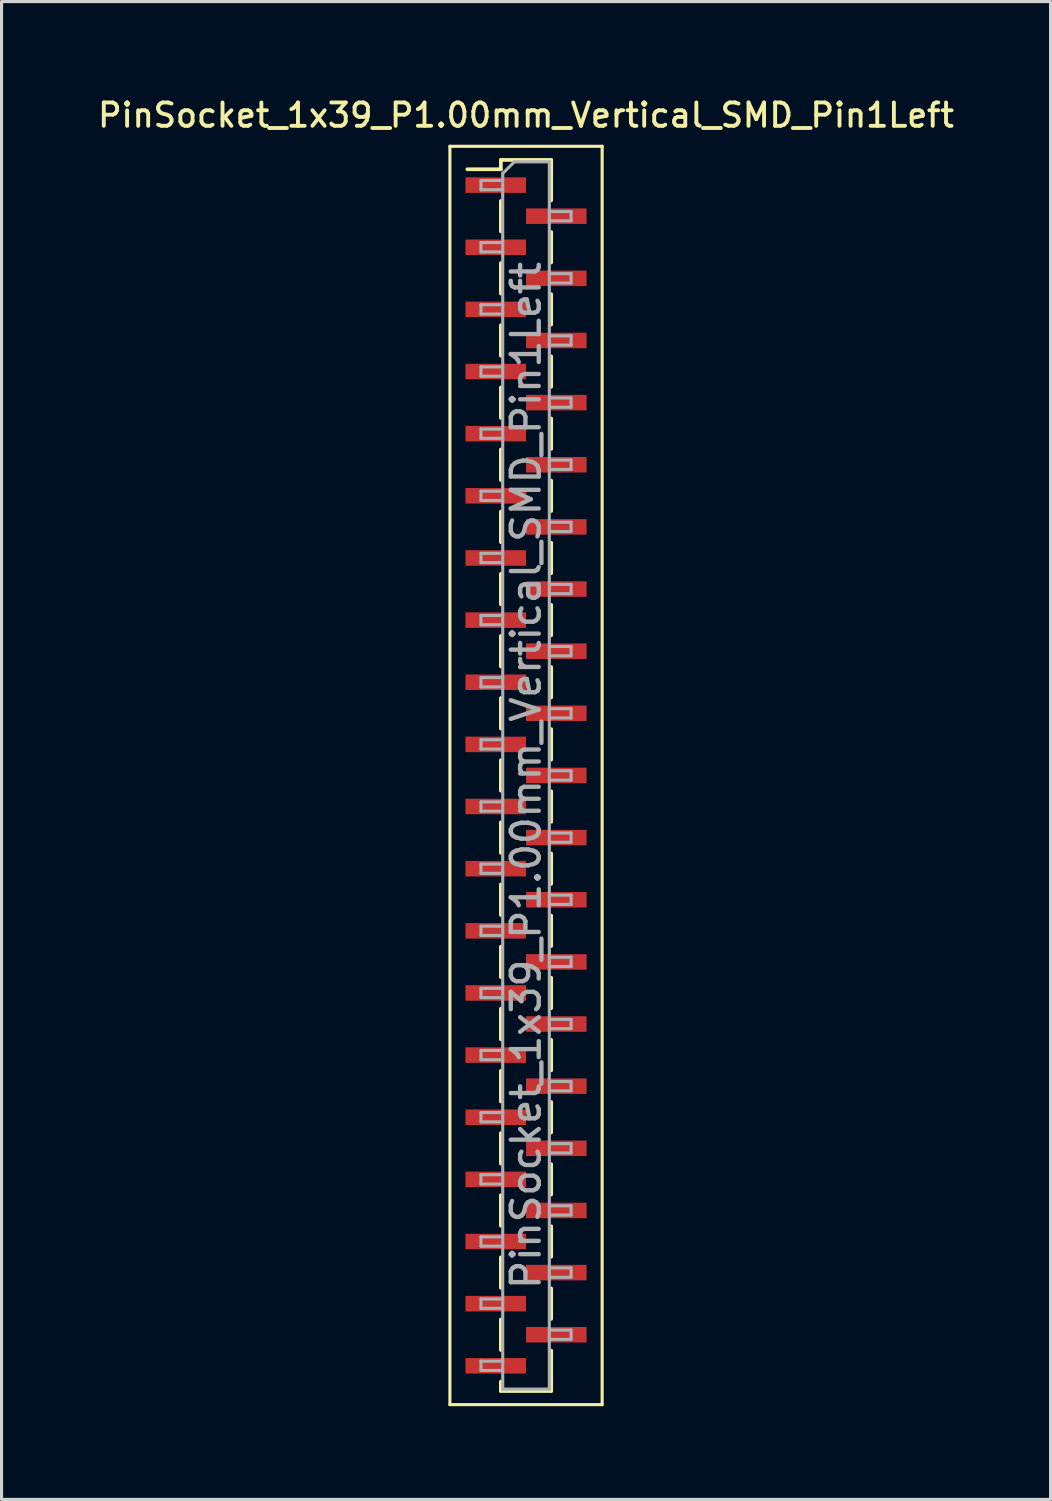
<source format=kicad_pcb>
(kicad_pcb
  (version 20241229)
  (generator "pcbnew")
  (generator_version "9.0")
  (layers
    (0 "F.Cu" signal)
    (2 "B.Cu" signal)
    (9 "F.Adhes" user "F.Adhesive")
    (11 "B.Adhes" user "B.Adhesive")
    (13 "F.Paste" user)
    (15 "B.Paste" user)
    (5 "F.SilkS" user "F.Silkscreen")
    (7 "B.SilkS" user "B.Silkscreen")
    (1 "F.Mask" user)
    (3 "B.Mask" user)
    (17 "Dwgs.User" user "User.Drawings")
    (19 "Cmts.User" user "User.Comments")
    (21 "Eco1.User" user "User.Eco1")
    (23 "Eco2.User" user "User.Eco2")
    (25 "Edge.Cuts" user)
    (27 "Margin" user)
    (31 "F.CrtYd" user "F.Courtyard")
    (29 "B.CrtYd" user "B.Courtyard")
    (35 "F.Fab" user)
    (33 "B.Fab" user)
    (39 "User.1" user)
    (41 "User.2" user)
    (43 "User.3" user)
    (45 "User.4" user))
  (footprint "PinSocket_1x39_P1.00mm_Vertical_SMD_Pin1Left"
    (layer "F.Cu")
    (at 13.88 21.908)
    (property "Reference" "PinSocket_1x39_P1.00mm_Vertical_SMD_Pin1Left" (at 0 -21.25 0) (layer "F.SilkS") (effects (font (size 0.75 0.75) (thickness 0.125))))
    (attr smd)
    (fp_line (start -2.45 -20.25) (end 2.45 -20.25) (stroke (width 0.1) (type solid)) (layer "F.SilkS"))
    (fp_line (start -2.45 20.25) (end -2.45 -20.25) (stroke (width 0.1) (type solid)) (layer "F.SilkS"))
    (fp_line (start -1.89 -19.51) (end -0.81 -19.51) (stroke (width 0.12) (type solid)) (layer "F.SilkS"))
    (fp_line (start -0.81 -19.81) (end -0.81 -19.51) (stroke (width 0.12) (type solid)) (layer "F.SilkS"))
    (fp_line (start -0.81 -19.81) (end 0.81 -19.81) (stroke (width 0.12) (type solid)) (layer "F.SilkS"))
    (fp_line (start -0.81 -18.49) (end -0.81 -17.51) (stroke (width 0.12) (type solid)) (layer "F.SilkS"))
    (fp_line (start -0.81 -16.49) (end -0.81 -15.51) (stroke (width 0.12) (type solid)) (layer "F.SilkS"))
    (fp_line (start -0.81 -14.49) (end -0.81 -13.51) (stroke (width 0.12) (type solid)) (layer "F.SilkS"))
    (fp_line (start -0.81 -12.49) (end -0.81 -11.51) (stroke (width 0.12) (type solid)) (layer "F.SilkS"))
    (fp_line (start -0.81 -10.49) (end -0.81 -9.51) (stroke (width 0.12) (type solid)) (layer "F.SilkS"))
    (fp_line (start -0.81 -8.49) (end -0.81 -7.51) (stroke (width 0.12) (type solid)) (layer "F.SilkS"))
    (fp_line (start -0.81 -6.49) (end -0.81 -5.51) (stroke (width 0.12) (type solid)) (layer "F.SilkS"))
    (fp_line (start -0.81 -4.49) (end -0.81 -3.51) (stroke (width 0.12) (type solid)) (layer "F.SilkS"))
    (fp_line (start -0.81 -2.49) (end -0.81 -1.51) (stroke (width 0.12) (type solid)) (layer "F.SilkS"))
    (fp_line (start -0.81 -0.49) (end -0.81 0.49) (stroke (width 0.12) (type solid)) (layer "F.SilkS"))
    (fp_line (start -0.81 1.51) (end -0.81 2.49) (stroke (width 0.12) (type solid)) (layer "F.SilkS"))
    (fp_line (start -0.81 3.51) (end -0.81 4.49) (stroke (width 0.12) (type solid)) (layer "F.SilkS"))
    (fp_line (start -0.81 5.51) (end -0.81 6.49) (stroke (width 0.12) (type solid)) (layer "F.SilkS"))
    (fp_line (start -0.81 7.51) (end -0.81 8.49) (stroke (width 0.12) (type solid)) (layer "F.SilkS"))
    (fp_line (start -0.81 9.51) (end -0.81 10.49) (stroke (width 0.12) (type solid)) (layer "F.SilkS"))
    (fp_line (start -0.81 11.51) (end -0.81 12.49) (stroke (width 0.12) (type solid)) (layer "F.SilkS"))
    (fp_line (start -0.81 13.51) (end -0.81 14.49) (stroke (width 0.12) (type solid)) (layer "F.SilkS"))
    (fp_line (start -0.81 15.51) (end -0.81 16.49) (stroke (width 0.12) (type solid)) (layer "F.SilkS"))
    (fp_line (start -0.81 17.51) (end -0.81 18.49) (stroke (width 0.12) (type solid)) (layer "F.SilkS"))
    (fp_line (start -0.81 19.51) (end -0.81 19.81) (stroke (width 0.12) (type solid)) (layer "F.SilkS"))
    (fp_line (start -0.81 19.81) (end 0.81 19.81) (stroke (width 0.12) (type solid)) (layer "F.SilkS"))
    (fp_line (start 0.81 -19.81) (end 0.81 -18.51) (stroke (width 0.12) (type solid)) (layer "F.SilkS"))
    (fp_line (start 0.81 -17.49) (end 0.81 -16.51) (stroke (width 0.12) (type solid)) (layer "F.SilkS"))
    (fp_line (start 0.81 -15.49) (end 0.81 -14.51) (stroke (width 0.12) (type solid)) (layer "F.SilkS"))
    (fp_line (start 0.81 -13.49) (end 0.81 -12.51) (stroke (width 0.12) (type solid)) (layer "F.SilkS"))
    (fp_line (start 0.81 -11.49) (end 0.81 -10.51) (stroke (width 0.12) (type solid)) (layer "F.SilkS"))
    (fp_line (start 0.81 -9.49) (end 0.81 -8.51) (stroke (width 0.12) (type solid)) (layer "F.SilkS"))
    (fp_line (start 0.81 -7.49) (end 0.81 -6.51) (stroke (width 0.12) (type solid)) (layer "F.SilkS"))
    (fp_line (start 0.81 -5.49) (end 0.81 -4.51) (stroke (width 0.12) (type solid)) (layer "F.SilkS"))
    (fp_line (start 0.81 -3.49) (end 0.81 -2.51) (stroke (width 0.12) (type solid)) (layer "F.SilkS"))
    (fp_line (start 0.81 -1.49) (end 0.81 -0.51) (stroke (width 0.12) (type solid)) (layer "F.SilkS"))
    (fp_line (start 0.81 0.51) (end 0.81 1.49) (stroke (width 0.12) (type solid)) (layer "F.SilkS"))
    (fp_line (start 0.81 2.51) (end 0.81 3.49) (stroke (width 0.12) (type solid)) (layer "F.SilkS"))
    (fp_line (start 0.81 4.51) (end 0.81 5.49) (stroke (width 0.12) (type solid)) (layer "F.SilkS"))
    (fp_line (start 0.81 6.51) (end 0.81 7.49) (stroke (width 0.12) (type solid)) (layer "F.SilkS"))
    (fp_line (start 0.81 8.51) (end 0.81 9.49) (stroke (width 0.12) (type solid)) (layer "F.SilkS"))
    (fp_line (start 0.81 10.51) (end 0.81 11.49) (stroke (width 0.12) (type solid)) (layer "F.SilkS"))
    (fp_line (start 0.81 12.51) (end 0.81 13.49) (stroke (width 0.12) (type solid)) (layer "F.SilkS"))
    (fp_line (start 0.81 14.51) (end 0.81 15.49) (stroke (width 0.12) (type solid)) (layer "F.SilkS"))
    (fp_line (start 0.81 16.51) (end 0.81 17.49) (stroke (width 0.12) (type solid)) (layer "F.SilkS"))
    (fp_line (start 0.81 18.51) (end 0.81 19.81) (stroke (width 0.12) (type solid)) (layer "F.SilkS"))
    (fp_line (start 2.45 -20.25) (end 2.45 20.25) (stroke (width 0.1) (type solid)) (layer "F.SilkS"))
    (fp_line (start 2.45 20.25) (end -2.45 20.25) (stroke (width 0.1) (type solid)) (layer "F.SilkS"))
    (fp_line (start -1.45 -19.15) (end -0.75 -19.15) (stroke (width 0.1) (type solid)) (layer "F.Fab"))
    (fp_line (start -1.45 -18.85) (end -1.45 -19.15) (stroke (width 0.1) (type solid)) (layer "F.Fab"))
    (fp_line (start -1.45 -17.15) (end -0.75 -17.15) (stroke (width 0.1) (type solid)) (layer "F.Fab"))
    (fp_line (start -1.45 -16.85) (end -1.45 -17.15) (stroke (width 0.1) (type solid)) (layer "F.Fab"))
    (fp_line (start -1.45 -15.15) (end -0.75 -15.15) (stroke (width 0.1) (type solid)) (layer "F.Fab"))
    (fp_line (start -1.45 -14.85) (end -1.45 -15.15) (stroke (width 0.1) (type solid)) (layer "F.Fab"))
    (fp_line (start -1.45 -13.15) (end -0.75 -13.15) (stroke (width 0.1) (type solid)) (layer "F.Fab"))
    (fp_line (start -1.45 -12.85) (end -1.45 -13.15) (stroke (width 0.1) (type solid)) (layer "F.Fab"))
    (fp_line (start -1.45 -11.15) (end -0.75 -11.15) (stroke (width 0.1) (type solid)) (layer "F.Fab"))
    (fp_line (start -1.45 -10.85) (end -1.45 -11.15) (stroke (width 0.1) (type solid)) (layer "F.Fab"))
    (fp_line (start -1.45 -9.15) (end -0.75 -9.15) (stroke (width 0.1) (type solid)) (layer "F.Fab"))
    (fp_line (start -1.45 -8.85) (end -1.45 -9.15) (stroke (width 0.1) (type solid)) (layer "F.Fab"))
    (fp_line (start -1.45 -7.15) (end -0.75 -7.15) (stroke (width 0.1) (type solid)) (layer "F.Fab"))
    (fp_line (start -1.45 -6.85) (end -1.45 -7.15) (stroke (width 0.1) (type solid)) (layer "F.Fab"))
    (fp_line (start -1.45 -5.15) (end -0.75 -5.15) (stroke (width 0.1) (type solid)) (layer "F.Fab"))
    (fp_line (start -1.45 -4.85) (end -1.45 -5.15) (stroke (width 0.1) (type solid)) (layer "F.Fab"))
    (fp_line (start -1.45 -3.15) (end -0.75 -3.15) (stroke (width 0.1) (type solid)) (layer "F.Fab"))
    (fp_line (start -1.45 -2.85) (end -1.45 -3.15) (stroke (width 0.1) (type solid)) (layer "F.Fab"))
    (fp_line (start -1.45 -1.15) (end -0.75 -1.15) (stroke (width 0.1) (type solid)) (layer "F.Fab"))
    (fp_line (start -1.45 -0.85) (end -1.45 -1.15) (stroke (width 0.1) (type solid)) (layer "F.Fab"))
    (fp_line (start -1.45 0.85) (end -0.75 0.85) (stroke (width 0.1) (type solid)) (layer "F.Fab"))
    (fp_line (start -1.45 1.15) (end -1.45 0.85) (stroke (width 0.1) (type solid)) (layer "F.Fab"))
    (fp_line (start -1.45 2.85) (end -0.75 2.85) (stroke (width 0.1) (type solid)) (layer "F.Fab"))
    (fp_line (start -1.45 3.15) (end -1.45 2.85) (stroke (width 0.1) (type solid)) (layer "F.Fab"))
    (fp_line (start -1.45 4.85) (end -0.75 4.85) (stroke (width 0.1) (type solid)) (layer "F.Fab"))
    (fp_line (start -1.45 5.15) (end -1.45 4.85) (stroke (width 0.1) (type solid)) (layer "F.Fab"))
    (fp_line (start -1.45 6.85) (end -0.75 6.85) (stroke (width 0.1) (type solid)) (layer "F.Fab"))
    (fp_line (start -1.45 7.15) (end -1.45 6.85) (stroke (width 0.1) (type solid)) (layer "F.Fab"))
    (fp_line (start -1.45 8.85) (end -0.75 8.85) (stroke (width 0.1) (type solid)) (layer "F.Fab"))
    (fp_line (start -1.45 9.15) (end -1.45 8.85) (stroke (width 0.1) (type solid)) (layer "F.Fab"))
    (fp_line (start -1.45 10.85) (end -0.75 10.85) (stroke (width 0.1) (type solid)) (layer "F.Fab"))
    (fp_line (start -1.45 11.15) (end -1.45 10.85) (stroke (width 0.1) (type solid)) (layer "F.Fab"))
    (fp_line (start -1.45 12.85) (end -0.75 12.85) (stroke (width 0.1) (type solid)) (layer "F.Fab"))
    (fp_line (start -1.45 13.15) (end -1.45 12.85) (stroke (width 0.1) (type solid)) (layer "F.Fab"))
    (fp_line (start -1.45 14.85) (end -0.75 14.85) (stroke (width 0.1) (type solid)) (layer "F.Fab"))
    (fp_line (start -1.45 15.15) (end -1.45 14.85) (stroke (width 0.1) (type solid)) (layer "F.Fab"))
    (fp_line (start -1.45 16.85) (end -0.75 16.85) (stroke (width 0.1) (type solid)) (layer "F.Fab"))
    (fp_line (start -1.45 17.15) (end -1.45 16.85) (stroke (width 0.1) (type solid)) (layer "F.Fab"))
    (fp_line (start -1.45 18.85) (end -0.75 18.85) (stroke (width 0.1) (type solid)) (layer "F.Fab"))
    (fp_line (start -1.45 19.15) (end -1.45 18.85) (stroke (width 0.1) (type solid)) (layer "F.Fab"))
    (fp_line (start -0.75 -19.375) (end -0.375 -19.75) (stroke (width 0.1) (type solid)) (layer "F.Fab"))
    (fp_line (start -0.75 -18.85) (end -1.45 -18.85) (stroke (width 0.1) (type solid)) (layer "F.Fab"))
    (fp_line (start -0.75 -16.85) (end -1.45 -16.85) (stroke (width 0.1) (type solid)) (layer "F.Fab"))
    (fp_line (start -0.75 -14.85) (end -1.45 -14.85) (stroke (width 0.1) (type solid)) (layer "F.Fab"))
    (fp_line (start -0.75 -12.85) (end -1.45 -12.85) (stroke (width 0.1) (type solid)) (layer "F.Fab"))
    (fp_line (start -0.75 -10.85) (end -1.45 -10.85) (stroke (width 0.1) (type solid)) (layer "F.Fab"))
    (fp_line (start -0.75 -8.85) (end -1.45 -8.85) (stroke (width 0.1) (type solid)) (layer "F.Fab"))
    (fp_line (start -0.75 -6.85) (end -1.45 -6.85) (stroke (width 0.1) (type solid)) (layer "F.Fab"))
    (fp_line (start -0.75 -4.85) (end -1.45 -4.85) (stroke (width 0.1) (type solid)) (layer "F.Fab"))
    (fp_line (start -0.75 -2.85) (end -1.45 -2.85) (stroke (width 0.1) (type solid)) (layer "F.Fab"))
    (fp_line (start -0.75 -0.85) (end -1.45 -0.85) (stroke (width 0.1) (type solid)) (layer "F.Fab"))
    (fp_line (start -0.75 1.15) (end -1.45 1.15) (stroke (width 0.1) (type solid)) (layer "F.Fab"))
    (fp_line (start -0.75 3.15) (end -1.45 3.15) (stroke (width 0.1) (type solid)) (layer "F.Fab"))
    (fp_line (start -0.75 5.15) (end -1.45 5.15) (stroke (width 0.1) (type solid)) (layer "F.Fab"))
    (fp_line (start -0.75 7.15) (end -1.45 7.15) (stroke (width 0.1) (type solid)) (layer "F.Fab"))
    (fp_line (start -0.75 9.15) (end -1.45 9.15) (stroke (width 0.1) (type solid)) (layer "F.Fab"))
    (fp_line (start -0.75 11.15) (end -1.45 11.15) (stroke (width 0.1) (type solid)) (layer "F.Fab"))
    (fp_line (start -0.75 13.15) (end -1.45 13.15) (stroke (width 0.1) (type solid)) (layer "F.Fab"))
    (fp_line (start -0.75 15.15) (end -1.45 15.15) (stroke (width 0.1) (type solid)) (layer "F.Fab"))
    (fp_line (start -0.75 17.15) (end -1.45 17.15) (stroke (width 0.1) (type solid)) (layer "F.Fab"))
    (fp_line (start -0.75 19.15) (end -1.45 19.15) (stroke (width 0.1) (type solid)) (layer "F.Fab"))
    (fp_line (start -0.75 19.75) (end -0.75 -19.375) (stroke (width 0.1) (type solid)) (layer "F.Fab"))
    (fp_line (start -0.375 -19.75) (end 0.75 -19.75) (stroke (width 0.1) (type solid)) (layer "F.Fab"))
    (fp_line (start 0.75 -19.75) (end 0.75 19.75) (stroke (width 0.1) (type solid)) (layer "F.Fab"))
    (fp_line (start 0.75 -18.15) (end 1.45 -18.15) (stroke (width 0.1) (type solid)) (layer "F.Fab"))
    (fp_line (start 0.75 -16.15) (end 1.45 -16.15) (stroke (width 0.1) (type solid)) (layer "F.Fab"))
    (fp_line (start 0.75 -14.15) (end 1.45 -14.15) (stroke (width 0.1) (type solid)) (layer "F.Fab"))
    (fp_line (start 0.75 -12.15) (end 1.45 -12.15) (stroke (width 0.1) (type solid)) (layer "F.Fab"))
    (fp_line (start 0.75 -10.15) (end 1.45 -10.15) (stroke (width 0.1) (type solid)) (layer "F.Fab"))
    (fp_line (start 0.75 -8.15) (end 1.45 -8.15) (stroke (width 0.1) (type solid)) (layer "F.Fab"))
    (fp_line (start 0.75 -6.15) (end 1.45 -6.15) (stroke (width 0.1) (type solid)) (layer "F.Fab"))
    (fp_line (start 0.75 -4.15) (end 1.45 -4.15) (stroke (width 0.1) (type solid)) (layer "F.Fab"))
    (fp_line (start 0.75 -2.15) (end 1.45 -2.15) (stroke (width 0.1) (type solid)) (layer "F.Fab"))
    (fp_line (start 0.75 -0.15) (end 1.45 -0.15) (stroke (width 0.1) (type solid)) (layer "F.Fab"))
    (fp_line (start 0.75 1.85) (end 1.45 1.85) (stroke (width 0.1) (type solid)) (layer "F.Fab"))
    (fp_line (start 0.75 3.85) (end 1.45 3.85) (stroke (width 0.1) (type solid)) (layer "F.Fab"))
    (fp_line (start 0.75 5.85) (end 1.45 5.85) (stroke (width 0.1) (type solid)) (layer "F.Fab"))
    (fp_line (start 0.75 7.85) (end 1.45 7.85) (stroke (width 0.1) (type solid)) (layer "F.Fab"))
    (fp_line (start 0.75 9.85) (end 1.45 9.85) (stroke (width 0.1) (type solid)) (layer "F.Fab"))
    (fp_line (start 0.75 11.85) (end 1.45 11.85) (stroke (width 0.1) (type solid)) (layer "F.Fab"))
    (fp_line (start 0.75 13.85) (end 1.45 13.85) (stroke (width 0.1) (type solid)) (layer "F.Fab"))
    (fp_line (start 0.75 15.85) (end 1.45 15.85) (stroke (width 0.1) (type solid)) (layer "F.Fab"))
    (fp_line (start 0.75 17.85) (end 1.45 17.85) (stroke (width 0.1) (type solid)) (layer "F.Fab"))
    (fp_line (start 0.75 19.75) (end -0.75 19.75) (stroke (width 0.1) (type solid)) (layer "F.Fab"))
    (fp_line (start 1.45 -18.15) (end 1.45 -17.85) (stroke (width 0.1) (type solid)) (layer "F.Fab"))
    (fp_line (start 1.45 -17.85) (end 0.75 -17.85) (stroke (width 0.1) (type solid)) (layer "F.Fab"))
    (fp_line (start 1.45 -16.15) (end 1.45 -15.85) (stroke (width 0.1) (type solid)) (layer "F.Fab"))
    (fp_line (start 1.45 -15.85) (end 0.75 -15.85) (stroke (width 0.1) (type solid)) (layer "F.Fab"))
    (fp_line (start 1.45 -14.15) (end 1.45 -13.85) (stroke (width 0.1) (type solid)) (layer "F.Fab"))
    (fp_line (start 1.45 -13.85) (end 0.75 -13.85) (stroke (width 0.1) (type solid)) (layer "F.Fab"))
    (fp_line (start 1.45 -12.15) (end 1.45 -11.85) (stroke (width 0.1) (type solid)) (layer "F.Fab"))
    (fp_line (start 1.45 -11.85) (end 0.75 -11.85) (stroke (width 0.1) (type solid)) (layer "F.Fab"))
    (fp_line (start 1.45 -10.15) (end 1.45 -9.85) (stroke (width 0.1) (type solid)) (layer "F.Fab"))
    (fp_line (start 1.45 -9.85) (end 0.75 -9.85) (stroke (width 0.1) (type solid)) (layer "F.Fab"))
    (fp_line (start 1.45 -8.15) (end 1.45 -7.85) (stroke (width 0.1) (type solid)) (layer "F.Fab"))
    (fp_line (start 1.45 -7.85) (end 0.75 -7.85) (stroke (width 0.1) (type solid)) (layer "F.Fab"))
    (fp_line (start 1.45 -6.15) (end 1.45 -5.85) (stroke (width 0.1) (type solid)) (layer "F.Fab"))
    (fp_line (start 1.45 -5.85) (end 0.75 -5.85) (stroke (width 0.1) (type solid)) (layer "F.Fab"))
    (fp_line (start 1.45 -4.15) (end 1.45 -3.85) (stroke (width 0.1) (type solid)) (layer "F.Fab"))
    (fp_line (start 1.45 -3.85) (end 0.75 -3.85) (stroke (width 0.1) (type solid)) (layer "F.Fab"))
    (fp_line (start 1.45 -2.15) (end 1.45 -1.85) (stroke (width 0.1) (type solid)) (layer "F.Fab"))
    (fp_line (start 1.45 -1.85) (end 0.75 -1.85) (stroke (width 0.1) (type solid)) (layer "F.Fab"))
    (fp_line (start 1.45 -0.15) (end 1.45 0.15) (stroke (width 0.1) (type solid)) (layer "F.Fab"))
    (fp_line (start 1.45 0.15) (end 0.75 0.15) (stroke (width 0.1) (type solid)) (layer "F.Fab"))
    (fp_line (start 1.45 1.85) (end 1.45 2.15) (stroke (width 0.1) (type solid)) (layer "F.Fab"))
    (fp_line (start 1.45 2.15) (end 0.75 2.15) (stroke (width 0.1) (type solid)) (layer "F.Fab"))
    (fp_line (start 1.45 3.85) (end 1.45 4.15) (stroke (width 0.1) (type solid)) (layer "F.Fab"))
    (fp_line (start 1.45 4.15) (end 0.75 4.15) (stroke (width 0.1) (type solid)) (layer "F.Fab"))
    (fp_line (start 1.45 5.85) (end 1.45 6.15) (stroke (width 0.1) (type solid)) (layer "F.Fab"))
    (fp_line (start 1.45 6.15) (end 0.75 6.15) (stroke (width 0.1) (type solid)) (layer "F.Fab"))
    (fp_line (start 1.45 7.85) (end 1.45 8.15) (stroke (width 0.1) (type solid)) (layer "F.Fab"))
    (fp_line (start 1.45 8.15) (end 0.75 8.15) (stroke (width 0.1) (type solid)) (layer "F.Fab"))
    (fp_line (start 1.45 9.85) (end 1.45 10.15) (stroke (width 0.1) (type solid)) (layer "F.Fab"))
    (fp_line (start 1.45 10.15) (end 0.75 10.15) (stroke (width 0.1) (type solid)) (layer "F.Fab"))
    (fp_line (start 1.45 11.85) (end 1.45 12.15) (stroke (width 0.1) (type solid)) (layer "F.Fab"))
    (fp_line (start 1.45 12.15) (end 0.75 12.15) (stroke (width 0.1) (type solid)) (layer "F.Fab"))
    (fp_line (start 1.45 13.85) (end 1.45 14.15) (stroke (width 0.1) (type solid)) (layer "F.Fab"))
    (fp_line (start 1.45 14.15) (end 0.75 14.15) (stroke (width 0.1) (type solid)) (layer "F.Fab"))
    (fp_line (start 1.45 15.85) (end 1.45 16.15) (stroke (width 0.1) (type solid)) (layer "F.Fab"))
    (fp_line (start 1.45 16.15) (end 0.75 16.15) (stroke (width 0.1) (type solid)) (layer "F.Fab"))
    (fp_line (start 1.45 17.85) (end 1.45 18.15) (stroke (width 0.1) (type solid)) (layer "F.Fab"))
    (fp_line (start 1.45 18.15) (end 0.75 18.15) (stroke (width 0.1) (type solid)) (layer "F.Fab"))
    (fp_text user "${REFERENCE}" (at 0 0 90) (layer "F.Fab") (effects (font (size 0.9 0.9) (thickness 0.14))))
    (pad "1" smd rect (at -0.975 -19) (size 1.95 0.5) (layers "F.Cu" "F.Mask" "F.Paste"))
    (pad "2" smd rect (at 0.975 -18) (size 1.95 0.5) (layers "F.Cu" "F.Mask" "F.Paste"))
    (pad "3" smd rect (at -0.975 -17) (size 1.95 0.5) (layers "F.Cu" "F.Mask" "F.Paste"))
    (pad "4" smd rect (at 0.975 -16) (size 1.95 0.5) (layers "F.Cu" "F.Mask" "F.Paste"))
    (pad "5" smd rect (at -0.975 -15) (size 1.95 0.5) (layers "F.Cu" "F.Mask" "F.Paste"))
    (pad "6" smd rect (at 0.975 -14) (size 1.95 0.5) (layers "F.Cu" "F.Mask" "F.Paste"))
    (pad "7" smd rect (at -0.975 -13) (size 1.95 0.5) (layers "F.Cu" "F.Mask" "F.Paste"))
    (pad "8" smd rect (at 0.975 -12) (size 1.95 0.5) (layers "F.Cu" "F.Mask" "F.Paste"))
    (pad "9" smd rect (at -0.975 -11) (size 1.95 0.5) (layers "F.Cu" "F.Mask" "F.Paste"))
    (pad "10" smd rect (at 0.975 -10) (size 1.95 0.5) (layers "F.Cu" "F.Mask" "F.Paste"))
    (pad "11" smd rect (at -0.975 -9) (size 1.95 0.5) (layers "F.Cu" "F.Mask" "F.Paste"))
    (pad "12" smd rect (at 0.975 -8) (size 1.95 0.5) (layers "F.Cu" "F.Mask" "F.Paste"))
    (pad "13" smd rect (at -0.975 -7) (size 1.95 0.5) (layers "F.Cu" "F.Mask" "F.Paste"))
    (pad "14" smd rect (at 0.975 -6) (size 1.95 0.5) (layers "F.Cu" "F.Mask" "F.Paste"))
    (pad "15" smd rect (at -0.975 -5) (size 1.95 0.5) (layers "F.Cu" "F.Mask" "F.Paste"))
    (pad "16" smd rect (at 0.975 -4) (size 1.95 0.5) (layers "F.Cu" "F.Mask" "F.Paste"))
    (pad "17" smd rect (at -0.975 -3) (size 1.95 0.5) (layers "F.Cu" "F.Mask" "F.Paste"))
    (pad "18" smd rect (at 0.975 -2) (size 1.95 0.5) (layers "F.Cu" "F.Mask" "F.Paste"))
    (pad "19" smd rect (at -0.975 -1) (size 1.95 0.5) (layers "F.Cu" "F.Mask" "F.Paste"))
    (pad "20" smd rect (at 0.975 0) (size 1.95 0.5) (layers "F.Cu" "F.Mask" "F.Paste"))
    (pad "21" smd rect (at -0.975 1) (size 1.95 0.5) (layers "F.Cu" "F.Mask" "F.Paste"))
    (pad "22" smd rect (at 0.975 2) (size 1.95 0.5) (layers "F.Cu" "F.Mask" "F.Paste"))
    (pad "23" smd rect (at -0.975 3) (size 1.95 0.5) (layers "F.Cu" "F.Mask" "F.Paste"))
    (pad "24" smd rect (at 0.975 4) (size 1.95 0.5) (layers "F.Cu" "F.Mask" "F.Paste"))
    (pad "25" smd rect (at -0.975 5) (size 1.95 0.5) (layers "F.Cu" "F.Mask" "F.Paste"))
    (pad "26" smd rect (at 0.975 6) (size 1.95 0.5) (layers "F.Cu" "F.Mask" "F.Paste"))
    (pad "27" smd rect (at -0.975 7) (size 1.95 0.5) (layers "F.Cu" "F.Mask" "F.Paste"))
    (pad "28" smd rect (at 0.975 8) (size 1.95 0.5) (layers "F.Cu" "F.Mask" "F.Paste"))
    (pad "29" smd rect (at -0.975 9) (size 1.95 0.5) (layers "F.Cu" "F.Mask" "F.Paste"))
    (pad "30" smd rect (at 0.975 10) (size 1.95 0.5) (layers "F.Cu" "F.Mask" "F.Paste"))
    (pad "31" smd rect (at -0.975 11) (size 1.95 0.5) (layers "F.Cu" "F.Mask" "F.Paste"))
    (pad "32" smd rect (at 0.975 12) (size 1.95 0.5) (layers "F.Cu" "F.Mask" "F.Paste"))
    (pad "33" smd rect (at -0.975 13) (size 1.95 0.5) (layers "F.Cu" "F.Mask" "F.Paste"))
    (pad "34" smd rect (at 0.975 14) (size 1.95 0.5) (layers "F.Cu" "F.Mask" "F.Paste"))
    (pad "35" smd rect (at -0.975 15) (size 1.95 0.5) (layers "F.Cu" "F.Mask" "F.Paste"))
    (pad "36" smd rect (at 0.975 16) (size 1.95 0.5) (layers "F.Cu" "F.Mask" "F.Paste"))
    (pad "37" smd rect (at -0.975 17) (size 1.95 0.5) (layers "F.Cu" "F.Mask" "F.Paste"))
    (pad "38" smd rect (at 0.975 18) (size 1.95 0.5) (layers "F.Cu" "F.Mask" "F.Paste"))
    (pad "39" smd rect (at -0.975 19) (size 1.95 0.5) (layers "F.Cu" "F.Mask" "F.Paste")))
  (gr_rect
    (start -3 -3)
    (end 30.761 45.208)
    (stroke (width 0.1) (type default))
    (fill no)
    (layer "Edge.Cuts")))
</source>
